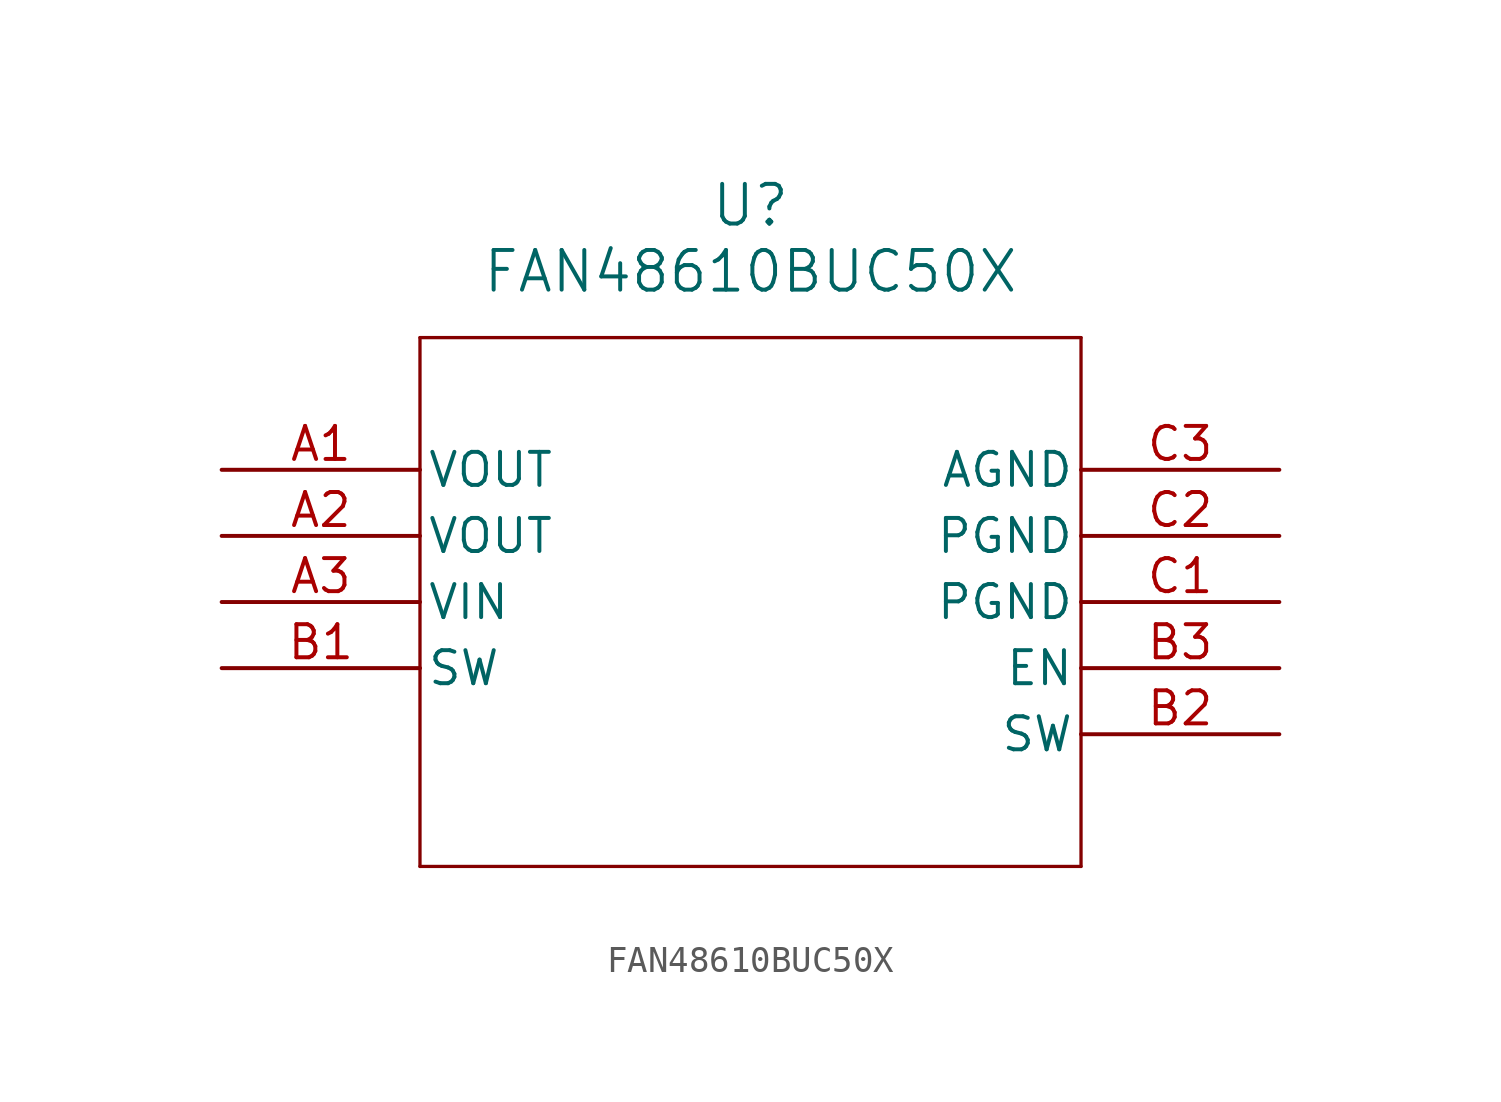
<source format=kicad_sym>
(kicad_symbol_lib
  (version 20211014)
  (generator kicad_symbol_editor)
  (symbol "FAN48610BUC50X"
    (pin_names
      (offset 0.254))
    (property "Reference" "U"
      (at 20.32 10.16 0)
      (effects (font (size 1.524 1.524))))
    (property "Value" "FAN48610BUC50X"
      (at 20.32 7.62 0)
      (effects (font (size 1.524 1.524))))
    (symbol "FAN48610BUC50X_0_1"
      (polyline (pts (xy 7.62 5.08) (xy 7.62 -15.24)) (stroke (width 0.127) (type default) (color 0 0 0 0)) (fill (type none)))
      (polyline (pts (xy 7.62 -15.24) (xy 33.02 -15.24)) (stroke (width 0.127) (type default) (color 0 0 0 0)) (fill (type none)))
      (polyline (pts (xy 33.02 -15.24) (xy 33.02 5.08)) (stroke (width 0.127) (type default) (color 0 0 0 0)) (fill (type none)))
      (polyline (pts (xy 33.02 5.08) (xy 7.62 5.08)) (stroke (width 0.127) (type default) (color 0 0 0 0)) (fill (type none)))
      (pin output line (at 0 0 0) (length 7.62) (name "VOUT" (effects (font (size 1.27 1.27)))) (number "A1" (effects (font (size 1.27 1.27)))))
      (pin output line (at 0 -2.54 0) (length 7.62) (name "VOUT" (effects (font (size 1.27 1.27)))) (number "A2" (effects (font (size 1.27 1.27)))))
      (pin unspecified line (at 0 -5.08 0) (length 7.62) (name "VIN" (effects (font (size 1.27 1.27)))) (number "A3" (effects (font (size 1.27 1.27)))))
      (pin unspecified line (at 0 -7.62 0) (length 7.62) (name "SW" (effects (font (size 1.27 1.27)))) (number "B1" (effects (font (size 1.27 1.27)))))
      (pin unspecified line (at 40.64 -10.16 180) (length 7.62) (name "SW" (effects (font (size 1.27 1.27)))) (number "B2" (effects (font (size 1.27 1.27)))))
      (pin unspecified line (at 40.64 -7.62 180) (length 7.62) (name "EN" (effects (font (size 1.27 1.27)))) (number "B3" (effects (font (size 1.27 1.27)))))
      (pin power_out line (at 40.64 -5.08 180) (length 7.62) (name "PGND" (effects (font (size 1.27 1.27)))) (number "C1" (effects (font (size 1.27 1.27)))))
      (pin power_out line (at 40.64 -2.54 180) (length 7.62) (name "PGND" (effects (font (size 1.27 1.27)))) (number "C2" (effects (font (size 1.27 1.27)))))
      (pin power_out line (at 40.64 0 180) (length 7.62) (name "AGND" (effects (font (size 1.27 1.27)))) (number "C3" (effects (font (size 1.27 1.27))))))))
</source>
